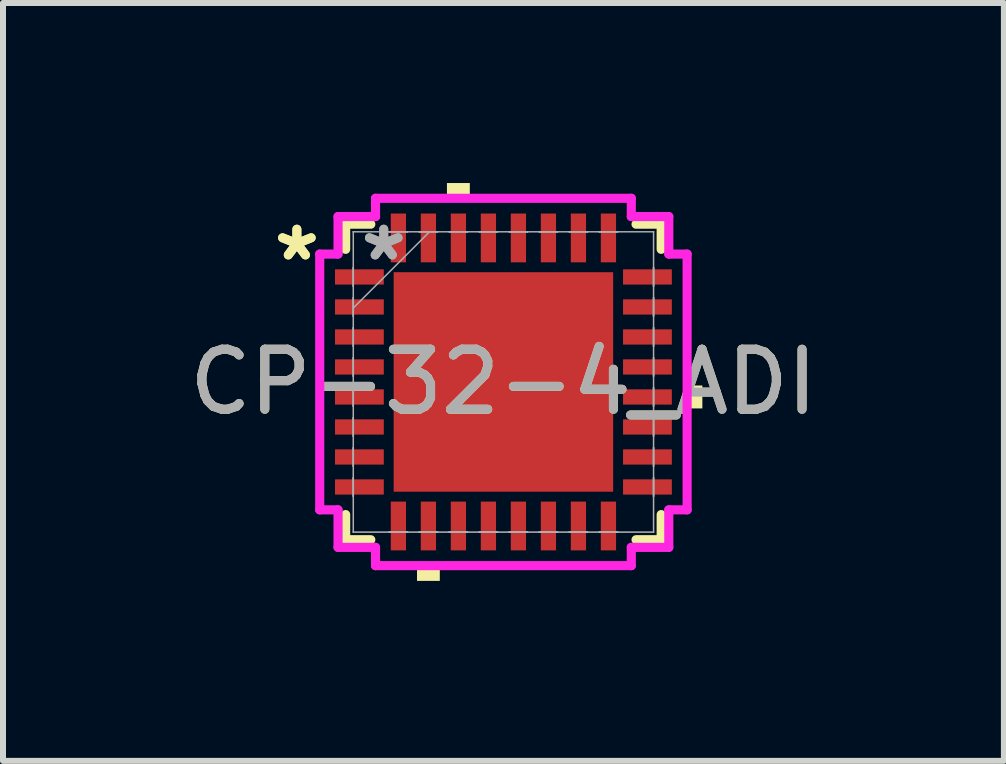
<source format=kicad_pcb>
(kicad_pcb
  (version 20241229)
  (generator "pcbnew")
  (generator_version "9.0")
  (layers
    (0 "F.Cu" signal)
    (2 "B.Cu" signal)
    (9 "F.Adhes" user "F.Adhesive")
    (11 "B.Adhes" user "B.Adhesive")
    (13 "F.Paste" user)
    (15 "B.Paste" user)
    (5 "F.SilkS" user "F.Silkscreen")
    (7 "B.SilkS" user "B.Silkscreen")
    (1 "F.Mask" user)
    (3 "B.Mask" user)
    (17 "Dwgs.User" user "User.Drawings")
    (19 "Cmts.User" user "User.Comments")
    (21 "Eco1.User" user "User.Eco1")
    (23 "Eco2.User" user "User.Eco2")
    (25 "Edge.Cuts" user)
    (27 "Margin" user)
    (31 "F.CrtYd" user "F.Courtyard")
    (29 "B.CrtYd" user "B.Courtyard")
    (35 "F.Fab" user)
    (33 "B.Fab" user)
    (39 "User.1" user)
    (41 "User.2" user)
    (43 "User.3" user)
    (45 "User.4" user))
  (footprint "CP-32-4_ADI"
    (layer "F.Cu")
    (at 5.339 3.315)
    (property "Reference" "CP-32-4_ADI" (at 0 0 0) (unlocked yes) (layer "F.SilkS") (effects (font (size 1 1) (thickness 0.15))))
    (attr smd)
    (fp_line (start -2.629 -2.629) (end -2.629 -2.21) (stroke (width 0.152) (type solid)) (layer "F.SilkS"))
    (fp_line (start -2.629 2.21) (end -2.629 2.629) (stroke (width 0.152) (type solid)) (layer "F.SilkS"))
    (fp_line (start -2.629 2.629) (end -2.21 2.629) (stroke (width 0.152) (type solid)) (layer "F.SilkS"))
    (fp_line (start -2.21 -2.629) (end -2.629 -2.629) (stroke (width 0.152) (type solid)) (layer "F.SilkS"))
    (fp_line (start 2.21 2.629) (end 2.629 2.629) (stroke (width 0.152) (type solid)) (layer "F.SilkS"))
    (fp_line (start 2.629 -2.629) (end 2.21 -2.629) (stroke (width 0.152) (type solid)) (layer "F.SilkS"))
    (fp_line (start 2.629 -2.21) (end 2.629 -2.629) (stroke (width 0.152) (type solid)) (layer "F.SilkS"))
    (fp_line (start 2.629 2.629) (end 2.629 2.21) (stroke (width 0.152) (type solid)) (layer "F.SilkS"))
    (fp_poly (pts (xy -1.44 3.061) (xy -1.44 3.315) (xy -1.06 3.315) (xy -1.06 3.061)) (stroke (width 0) (type solid)) (fill yes) (layer "F.SilkS"))
    (fp_poly (pts (xy -0.941 -3.061) (xy -0.941 -3.315) (xy -0.56 -3.315) (xy -0.56 -3.061)) (stroke (width 0) (type solid)) (fill yes) (layer "F.SilkS"))
    (fp_poly (pts (xy 3.315 0.059) (xy 3.315 0.441) (xy 3.061 0.441) (xy 3.061 0.059)) (stroke (width 0) (type solid)) (fill yes) (layer "F.SilkS"))
    (fp_poly (pts (xy -1.729 -1.729) (xy -1.729 -0.1) (xy -0.1 -0.1) (xy -0.1 -1.729)) (stroke (width 0) (type solid)) (fill yes) (layer "F.Paste"))
    (fp_poly (pts (xy -1.729 0.1) (xy -1.729 1.729) (xy -0.1 1.729) (xy -0.1 0.1)) (stroke (width 0) (type solid)) (fill yes) (layer "F.Paste"))
    (fp_poly (pts (xy 0.1 -1.729) (xy 0.1 -0.1) (xy 1.729 -0.1) (xy 1.729 -1.729)) (stroke (width 0) (type solid)) (fill yes) (layer "F.Paste"))
    (fp_poly (pts (xy 0.1 0.1) (xy 0.1 1.729) (xy 1.729 1.729) (xy 1.729 0.1)) (stroke (width 0) (type solid)) (fill yes) (layer "F.Paste"))
    (fp_line (start -3.061 -2.131) (end -2.756 -2.131) (stroke (width 0.152) (type solid)) (layer "F.CrtYd"))
    (fp_line (start -3.061 2.131) (end -3.061 -2.131) (stroke (width 0.152) (type solid)) (layer "F.CrtYd"))
    (fp_line (start -2.756 -2.756) (end -2.131 -2.756) (stroke (width 0.152) (type solid)) (layer "F.CrtYd"))
    (fp_line (start -2.756 -2.131) (end -2.756 -2.756) (stroke (width 0.152) (type solid)) (layer "F.CrtYd"))
    (fp_line (start -2.756 2.131) (end -3.061 2.131) (stroke (width 0.152) (type solid)) (layer "F.CrtYd"))
    (fp_line (start -2.756 2.756) (end -2.756 2.131) (stroke (width 0.152) (type solid)) (layer "F.CrtYd"))
    (fp_line (start -2.131 -3.061) (end 2.131 -3.061) (stroke (width 0.152) (type solid)) (layer "F.CrtYd"))
    (fp_line (start -2.131 -2.756) (end -2.131 -3.061) (stroke (width 0.152) (type solid)) (layer "F.CrtYd"))
    (fp_line (start -2.131 2.756) (end -2.756 2.756) (stroke (width 0.152) (type solid)) (layer "F.CrtYd"))
    (fp_line (start -2.131 3.061) (end -2.131 2.756) (stroke (width 0.152) (type solid)) (layer "F.CrtYd"))
    (fp_line (start 2.131 -3.061) (end 2.131 -2.756) (stroke (width 0.152) (type solid)) (layer "F.CrtYd"))
    (fp_line (start 2.131 -2.756) (end 2.756 -2.756) (stroke (width 0.152) (type solid)) (layer "F.CrtYd"))
    (fp_line (start 2.131 2.756) (end 2.131 3.061) (stroke (width 0.152) (type solid)) (layer "F.CrtYd"))
    (fp_line (start 2.131 3.061) (end -2.131 3.061) (stroke (width 0.152) (type solid)) (layer "F.CrtYd"))
    (fp_line (start 2.756 -2.756) (end 2.756 -2.131) (stroke (width 0.152) (type solid)) (layer "F.CrtYd"))
    (fp_line (start 2.756 -2.131) (end 3.061 -2.131) (stroke (width 0.152) (type solid)) (layer "F.CrtYd"))
    (fp_line (start 2.756 2.131) (end 2.756 2.756) (stroke (width 0.152) (type solid)) (layer "F.CrtYd"))
    (fp_line (start 2.756 2.756) (end 2.131 2.756) (stroke (width 0.152) (type solid)) (layer "F.CrtYd"))
    (fp_line (start 3.061 -2.131) (end 3.061 2.131) (stroke (width 0.152) (type solid)) (layer "F.CrtYd"))
    (fp_line (start 3.061 2.131) (end 2.756 2.131) (stroke (width 0.152) (type solid)) (layer "F.CrtYd"))
    (fp_line (start -2.502 -2.502) (end -2.502 -2.502) (stroke (width 0.025) (type solid)) (layer "F.Fab"))
    (fp_line (start -2.502 -2.502) (end -2.502 2.502) (stroke (width 0.025) (type solid)) (layer "F.Fab"))
    (fp_line (start -2.502 -1.902) (end -2.502 -1.902) (stroke (width 0.025) (type solid)) (layer "F.Fab"))
    (fp_line (start -2.502 -1.902) (end -2.502 -1.598) (stroke (width 0.025) (type solid)) (layer "F.Fab"))
    (fp_line (start -2.502 -1.598) (end -2.502 -1.902) (stroke (width 0.025) (type solid)) (layer "F.Fab"))
    (fp_line (start -2.502 -1.598) (end -2.502 -1.598) (stroke (width 0.025) (type solid)) (layer "F.Fab"))
    (fp_line (start -2.502 -1.402) (end -2.502 -1.402) (stroke (width 0.025) (type solid)) (layer "F.Fab"))
    (fp_line (start -2.502 -1.402) (end -2.502 -1.098) (stroke (width 0.025) (type solid)) (layer "F.Fab"))
    (fp_line (start -2.502 -1.232) (end -1.232 -2.502) (stroke (width 0.025) (type solid)) (layer "F.Fab"))
    (fp_line (start -2.502 -1.098) (end -2.502 -1.402) (stroke (width 0.025) (type solid)) (layer "F.Fab"))
    (fp_line (start -2.502 -1.098) (end -2.502 -1.098) (stroke (width 0.025) (type solid)) (layer "F.Fab"))
    (fp_line (start -2.502 -0.902) (end -2.502 -0.902) (stroke (width 0.025) (type solid)) (layer "F.Fab"))
    (fp_line (start -2.502 -0.902) (end -2.502 -0.598) (stroke (width 0.025) (type solid)) (layer "F.Fab"))
    (fp_line (start -2.502 -0.598) (end -2.502 -0.902) (stroke (width 0.025) (type solid)) (layer "F.Fab"))
    (fp_line (start -2.502 -0.598) (end -2.502 -0.598) (stroke (width 0.025) (type solid)) (layer "F.Fab"))
    (fp_line (start -2.502 -0.402) (end -2.502 -0.402) (stroke (width 0.025) (type solid)) (layer "F.Fab"))
    (fp_line (start -2.502 -0.402) (end -2.502 -0.098) (stroke (width 0.025) (type solid)) (layer "F.Fab"))
    (fp_line (start -2.502 -0.098) (end -2.502 -0.402) (stroke (width 0.025) (type solid)) (layer "F.Fab"))
    (fp_line (start -2.502 -0.098) (end -2.502 -0.098) (stroke (width 0.025) (type solid)) (layer "F.Fab"))
    (fp_line (start -2.502 0.098) (end -2.502 0.098) (stroke (width 0.025) (type solid)) (layer "F.Fab"))
    (fp_line (start -2.502 0.098) (end -2.502 0.402) (stroke (width 0.025) (type solid)) (layer "F.Fab"))
    (fp_line (start -2.502 0.402) (end -2.502 0.098) (stroke (width 0.025) (type solid)) (layer "F.Fab"))
    (fp_line (start -2.502 0.402) (end -2.502 0.402) (stroke (width 0.025) (type solid)) (layer "F.Fab"))
    (fp_line (start -2.502 0.598) (end -2.502 0.598) (stroke (width 0.025) (type solid)) (layer "F.Fab"))
    (fp_line (start -2.502 0.598) (end -2.502 0.902) (stroke (width 0.025) (type solid)) (layer "F.Fab"))
    (fp_line (start -2.502 0.902) (end -2.502 0.598) (stroke (width 0.025) (type solid)) (layer "F.Fab"))
    (fp_line (start -2.502 0.902) (end -2.502 0.902) (stroke (width 0.025) (type solid)) (layer "F.Fab"))
    (fp_line (start -2.502 1.098) (end -2.502 1.098) (stroke (width 0.025) (type solid)) (layer "F.Fab"))
    (fp_line (start -2.502 1.098) (end -2.502 1.402) (stroke (width 0.025) (type solid)) (layer "F.Fab"))
    (fp_line (start -2.502 1.402) (end -2.502 1.098) (stroke (width 0.025) (type solid)) (layer "F.Fab"))
    (fp_line (start -2.502 1.402) (end -2.502 1.402) (stroke (width 0.025) (type solid)) (layer "F.Fab"))
    (fp_line (start -2.502 1.598) (end -2.502 1.598) (stroke (width 0.025) (type solid)) (layer "F.Fab"))
    (fp_line (start -2.502 1.598) (end -2.502 1.902) (stroke (width 0.025) (type solid)) (layer "F.Fab"))
    (fp_line (start -2.502 1.902) (end -2.502 1.598) (stroke (width 0.025) (type solid)) (layer "F.Fab"))
    (fp_line (start -2.502 1.902) (end -2.502 1.902) (stroke (width 0.025) (type solid)) (layer "F.Fab"))
    (fp_line (start -2.502 2.502) (end -2.502 2.502) (stroke (width 0.025) (type solid)) (layer "F.Fab"))
    (fp_line (start -2.502 2.502) (end 2.502 2.502) (stroke (width 0.025) (type solid)) (layer "F.Fab"))
    (fp_line (start -1.902 -2.502) (end -1.902 -2.502) (stroke (width 0.025) (type solid)) (layer "F.Fab"))
    (fp_line (start -1.902 -2.502) (end -1.598 -2.502) (stroke (width 0.025) (type solid)) (layer "F.Fab"))
    (fp_line (start -1.902 2.502) (end -1.902 2.502) (stroke (width 0.025) (type solid)) (layer "F.Fab"))
    (fp_line (start -1.902 2.502) (end -1.598 2.502) (stroke (width 0.025) (type solid)) (layer "F.Fab"))
    (fp_line (start -1.598 -2.502) (end -1.902 -2.502) (stroke (width 0.025) (type solid)) (layer "F.Fab"))
    (fp_line (start -1.598 -2.502) (end -1.598 -2.502) (stroke (width 0.025) (type solid)) (layer "F.Fab"))
    (fp_line (start -1.598 2.502) (end -1.902 2.502) (stroke (width 0.025) (type solid)) (layer "F.Fab"))
    (fp_line (start -1.598 2.502) (end -1.598 2.502) (stroke (width 0.025) (type solid)) (layer "F.Fab"))
    (fp_line (start -1.402 -2.502) (end -1.402 -2.502) (stroke (width 0.025) (type solid)) (layer "F.Fab"))
    (fp_line (start -1.402 -2.502) (end -1.098 -2.502) (stroke (width 0.025) (type solid)) (layer "F.Fab"))
    (fp_line (start -1.402 2.502) (end -1.402 2.502) (stroke (width 0.025) (type solid)) (layer "F.Fab"))
    (fp_line (start -1.402 2.502) (end -1.098 2.502) (stroke (width 0.025) (type solid)) (layer "F.Fab"))
    (fp_line (start -1.098 -2.502) (end -1.402 -2.502) (stroke (width 0.025) (type solid)) (layer "F.Fab"))
    (fp_line (start -1.098 -2.502) (end -1.098 -2.502) (stroke (width 0.025) (type solid)) (layer "F.Fab"))
    (fp_line (start -1.098 2.502) (end -1.402 2.502) (stroke (width 0.025) (type solid)) (layer "F.Fab"))
    (fp_line (start -1.098 2.502) (end -1.098 2.502) (stroke (width 0.025) (type solid)) (layer "F.Fab"))
    (fp_line (start -0.902 -2.502) (end -0.902 -2.502) (stroke (width 0.025) (type solid)) (layer "F.Fab"))
    (fp_line (start -0.902 -2.502) (end -0.598 -2.502) (stroke (width 0.025) (type solid)) (layer "F.Fab"))
    (fp_line (start -0.902 2.502) (end -0.902 2.502) (stroke (width 0.025) (type solid)) (layer "F.Fab"))
    (fp_line (start -0.902 2.502) (end -0.598 2.502) (stroke (width 0.025) (type solid)) (layer "F.Fab"))
    (fp_line (start -0.598 -2.502) (end -0.902 -2.502) (stroke (width 0.025) (type solid)) (layer "F.Fab"))
    (fp_line (start -0.598 -2.502) (end -0.598 -2.502) (stroke (width 0.025) (type solid)) (layer "F.Fab"))
    (fp_line (start -0.598 2.502) (end -0.902 2.502) (stroke (width 0.025) (type solid)) (layer "F.Fab"))
    (fp_line (start -0.598 2.502) (end -0.598 2.502) (stroke (width 0.025) (type solid)) (layer "F.Fab"))
    (fp_line (start -0.402 -2.502) (end -0.402 -2.502) (stroke (width 0.025) (type solid)) (layer "F.Fab"))
    (fp_line (start -0.402 -2.502) (end -0.098 -2.502) (stroke (width 0.025) (type solid)) (layer "F.Fab"))
    (fp_line (start -0.402 2.502) (end -0.402 2.502) (stroke (width 0.025) (type solid)) (layer "F.Fab"))
    (fp_line (start -0.402 2.502) (end -0.098 2.502) (stroke (width 0.025) (type solid)) (layer "F.Fab"))
    (fp_line (start -0.098 -2.502) (end -0.402 -2.502) (stroke (width 0.025) (type solid)) (layer "F.Fab"))
    (fp_line (start -0.098 -2.502) (end -0.098 -2.502) (stroke (width 0.025) (type solid)) (layer "F.Fab"))
    (fp_line (start -0.098 2.502) (end -0.402 2.502) (stroke (width 0.025) (type solid)) (layer "F.Fab"))
    (fp_line (start -0.098 2.502) (end -0.098 2.502) (stroke (width 0.025) (type solid)) (layer "F.Fab"))
    (fp_line (start 0.098 -2.502) (end 0.098 -2.502) (stroke (width 0.025) (type solid)) (layer "F.Fab"))
    (fp_line (start 0.098 -2.502) (end 0.402 -2.502) (stroke (width 0.025) (type solid)) (layer "F.Fab"))
    (fp_line (start 0.098 2.502) (end 0.098 2.502) (stroke (width 0.025) (type solid)) (layer "F.Fab"))
    (fp_line (start 0.098 2.502) (end 0.402 2.502) (stroke (width 0.025) (type solid)) (layer "F.Fab"))
    (fp_line (start 0.402 -2.502) (end 0.098 -2.502) (stroke (width 0.025) (type solid)) (layer "F.Fab"))
    (fp_line (start 0.402 -2.502) (end 0.402 -2.502) (stroke (width 0.025) (type solid)) (layer "F.Fab"))
    (fp_line (start 0.402 2.502) (end 0.098 2.502) (stroke (width 0.025) (type solid)) (layer "F.Fab"))
    (fp_line (start 0.402 2.502) (end 0.402 2.502) (stroke (width 0.025) (type solid)) (layer "F.Fab"))
    (fp_line (start 0.598 -2.502) (end 0.598 -2.502) (stroke (width 0.025) (type solid)) (layer "F.Fab"))
    (fp_line (start 0.598 -2.502) (end 0.902 -2.502) (stroke (width 0.025) (type solid)) (layer "F.Fab"))
    (fp_line (start 0.598 2.502) (end 0.598 2.502) (stroke (width 0.025) (type solid)) (layer "F.Fab"))
    (fp_line (start 0.598 2.502) (end 0.902 2.502) (stroke (width 0.025) (type solid)) (layer "F.Fab"))
    (fp_line (start 0.902 -2.502) (end 0.598 -2.502) (stroke (width 0.025) (type solid)) (layer "F.Fab"))
    (fp_line (start 0.902 -2.502) (end 0.902 -2.502) (stroke (width 0.025) (type solid)) (layer "F.Fab"))
    (fp_line (start 0.902 2.502) (end 0.598 2.502) (stroke (width 0.025) (type solid)) (layer "F.Fab"))
    (fp_line (start 0.902 2.502) (end 0.902 2.502) (stroke (width 0.025) (type solid)) (layer "F.Fab"))
    (fp_line (start 1.098 -2.502) (end 1.098 -2.502) (stroke (width 0.025) (type solid)) (layer "F.Fab"))
    (fp_line (start 1.098 -2.502) (end 1.402 -2.502) (stroke (width 0.025) (type solid)) (layer "F.Fab"))
    (fp_line (start 1.098 2.502) (end 1.098 2.502) (stroke (width 0.025) (type solid)) (layer "F.Fab"))
    (fp_line (start 1.098 2.502) (end 1.402 2.502) (stroke (width 0.025) (type solid)) (layer "F.Fab"))
    (fp_line (start 1.402 -2.502) (end 1.098 -2.502) (stroke (width 0.025) (type solid)) (layer "F.Fab"))
    (fp_line (start 1.402 -2.502) (end 1.402 -2.502) (stroke (width 0.025) (type solid)) (layer "F.Fab"))
    (fp_line (start 1.402 2.502) (end 1.098 2.502) (stroke (width 0.025) (type solid)) (layer "F.Fab"))
    (fp_line (start 1.402 2.502) (end 1.402 2.502) (stroke (width 0.025) (type solid)) (layer "F.Fab"))
    (fp_line (start 1.598 -2.502) (end 1.598 -2.502) (stroke (width 0.025) (type solid)) (layer "F.Fab"))
    (fp_line (start 1.598 -2.502) (end 1.902 -2.502) (stroke (width 0.025) (type solid)) (layer "F.Fab"))
    (fp_line (start 1.598 2.502) (end 1.598 2.502) (stroke (width 0.025) (type solid)) (layer "F.Fab"))
    (fp_line (start 1.598 2.502) (end 1.902 2.502) (stroke (width 0.025) (type solid)) (layer "F.Fab"))
    (fp_line (start 1.902 -2.502) (end 1.598 -2.502) (stroke (width 0.025) (type solid)) (layer "F.Fab"))
    (fp_line (start 1.902 -2.502) (end 1.902 -2.502) (stroke (width 0.025) (type solid)) (layer "F.Fab"))
    (fp_line (start 1.902 2.502) (end 1.598 2.502) (stroke (width 0.025) (type solid)) (layer "F.Fab"))
    (fp_line (start 1.902 2.502) (end 1.902 2.502) (stroke (width 0.025) (type solid)) (layer "F.Fab"))
    (fp_line (start 2.502 -2.502) (end -2.502 -2.502) (stroke (width 0.025) (type solid)) (layer "F.Fab"))
    (fp_line (start 2.502 -2.502) (end 2.502 -2.502) (stroke (width 0.025) (type solid)) (layer "F.Fab"))
    (fp_line (start 2.502 -1.902) (end 2.502 -1.902) (stroke (width 0.025) (type solid)) (layer "F.Fab"))
    (fp_line (start 2.502 -1.902) (end 2.502 -1.598) (stroke (width 0.025) (type solid)) (layer "F.Fab"))
    (fp_line (start 2.502 -1.598) (end 2.502 -1.902) (stroke (width 0.025) (type solid)) (layer "F.Fab"))
    (fp_line (start 2.502 -1.598) (end 2.502 -1.598) (stroke (width 0.025) (type solid)) (layer "F.Fab"))
    (fp_line (start 2.502 -1.402) (end 2.502 -1.402) (stroke (width 0.025) (type solid)) (layer "F.Fab"))
    (fp_line (start 2.502 -1.402) (end 2.502 -1.098) (stroke (width 0.025) (type solid)) (layer "F.Fab"))
    (fp_line (start 2.502 -1.098) (end 2.502 -1.402) (stroke (width 0.025) (type solid)) (layer "F.Fab"))
    (fp_line (start 2.502 -1.098) (end 2.502 -1.098) (stroke (width 0.025) (type solid)) (layer "F.Fab"))
    (fp_line (start 2.502 -0.902) (end 2.502 -0.902) (stroke (width 0.025) (type solid)) (layer "F.Fab"))
    (fp_line (start 2.502 -0.902) (end 2.502 -0.598) (stroke (width 0.025) (type solid)) (layer "F.Fab"))
    (fp_line (start 2.502 -0.598) (end 2.502 -0.902) (stroke (width 0.025) (type solid)) (layer "F.Fab"))
    (fp_line (start 2.502 -0.598) (end 2.502 -0.598) (stroke (width 0.025) (type solid)) (layer "F.Fab"))
    (fp_line (start 2.502 -0.402) (end 2.502 -0.402) (stroke (width 0.025) (type solid)) (layer "F.Fab"))
    (fp_line (start 2.502 -0.402) (end 2.502 -0.098) (stroke (width 0.025) (type solid)) (layer "F.Fab"))
    (fp_line (start 2.502 -0.098) (end 2.502 -0.402) (stroke (width 0.025) (type solid)) (layer "F.Fab"))
    (fp_line (start 2.502 -0.098) (end 2.502 -0.098) (stroke (width 0.025) (type solid)) (layer "F.Fab"))
    (fp_line (start 2.502 0.098) (end 2.502 0.098) (stroke (width 0.025) (type solid)) (layer "F.Fab"))
    (fp_line (start 2.502 0.098) (end 2.502 0.402) (stroke (width 0.025) (type solid)) (layer "F.Fab"))
    (fp_line (start 2.502 0.402) (end 2.502 0.098) (stroke (width 0.025) (type solid)) (layer "F.Fab"))
    (fp_line (start 2.502 0.402) (end 2.502 0.402) (stroke (width 0.025) (type solid)) (layer "F.Fab"))
    (fp_line (start 2.502 0.598) (end 2.502 0.598) (stroke (width 0.025) (type solid)) (layer "F.Fab"))
    (fp_line (start 2.502 0.598) (end 2.502 0.902) (stroke (width 0.025) (type solid)) (layer "F.Fab"))
    (fp_line (start 2.502 0.902) (end 2.502 0.598) (stroke (width 0.025) (type solid)) (layer "F.Fab"))
    (fp_line (start 2.502 0.902) (end 2.502 0.902) (stroke (width 0.025) (type solid)) (layer "F.Fab"))
    (fp_line (start 2.502 1.098) (end 2.502 1.098) (stroke (width 0.025) (type solid)) (layer "F.Fab"))
    (fp_line (start 2.502 1.098) (end 2.502 1.402) (stroke (width 0.025) (type solid)) (layer "F.Fab"))
    (fp_line (start 2.502 1.402) (end 2.502 1.098) (stroke (width 0.025) (type solid)) (layer "F.Fab"))
    (fp_line (start 2.502 1.402) (end 2.502 1.402) (stroke (width 0.025) (type solid)) (layer "F.Fab"))
    (fp_line (start 2.502 1.598) (end 2.502 1.598) (stroke (width 0.025) (type solid)) (layer "F.Fab"))
    (fp_line (start 2.502 1.598) (end 2.502 1.902) (stroke (width 0.025) (type solid)) (layer "F.Fab"))
    (fp_line (start 2.502 1.902) (end 2.502 1.598) (stroke (width 0.025) (type solid)) (layer "F.Fab"))
    (fp_line (start 2.502 1.902) (end 2.502 1.902) (stroke (width 0.025) (type solid)) (layer "F.Fab"))
    (fp_line (start 2.502 2.502) (end 2.502 -2.502) (stroke (width 0.025) (type solid)) (layer "F.Fab"))
    (fp_line (start 2.502 2.502) (end 2.502 2.502) (stroke (width 0.025) (type solid)) (layer "F.Fab"))
    (fp_text user "*" (at -3.442 -2 0) (layer "F.SilkS") (effects (font (size 1 1) (thickness 0.15))))
    (fp_text user "*" (at -3.442 -2 0) (unlocked yes) (layer "F.SilkS") (effects (font (size 1 1) (thickness 0.15))))
    (fp_text user "*" (at -1.994 -2 0) (layer "F.Fab") (effects (font (size 1 1) (thickness 0.15))))
    (fp_text user "*" (at -1.994 -2 0) (unlocked yes) (layer "F.Fab") (effects (font (size 1 1) (thickness 0.15))))
    (fp_text user "${REFERENCE}" (at 0 0 0) (unlocked yes) (layer "F.Fab") (effects (font (size 1 1) (thickness 0.15))))
    (pad "1" smd rect (at -2.4 -1.75 90) (size 0.254 0.813) (layers "F.Cu" "F.Mask" "F.Paste"))
    (pad "2" smd rect (at -2.4 -1.25 90) (size 0.254 0.813) (layers "F.Cu" "F.Mask" "F.Paste"))
    (pad "3" smd rect (at -2.4 -0.75 90) (size 0.254 0.813) (layers "F.Cu" "F.Mask" "F.Paste"))
    (pad "4" smd rect (at -2.4 -0.25 90) (size 0.254 0.813) (layers "F.Cu" "F.Mask" "F.Paste"))
    (pad "5" smd rect (at -2.4 0.25 90) (size 0.254 0.813) (layers "F.Cu" "F.Mask" "F.Paste"))
    (pad "6" smd rect (at -2.4 0.75 90) (size 0.254 0.813) (layers "F.Cu" "F.Mask" "F.Paste"))
    (pad "7" smd rect (at -2.4 1.25 90) (size 0.254 0.813) (layers "F.Cu" "F.Mask" "F.Paste"))
    (pad "8" smd rect (at -2.4 1.75 90) (size 0.254 0.813) (layers "F.Cu" "F.Mask" "F.Paste"))
    (pad "9" smd rect (at -1.75 2.4) (size 0.254 0.813) (layers "F.Cu" "F.Mask" "F.Paste"))
    (pad "10" smd rect (at -1.25 2.4) (size 0.254 0.813) (layers "F.Cu" "F.Mask" "F.Paste"))
    (pad "11" smd rect (at -0.75 2.4) (size 0.254 0.813) (layers "F.Cu" "F.Mask" "F.Paste"))
    (pad "12" smd rect (at -0.25 2.4) (size 0.254 0.813) (layers "F.Cu" "F.Mask" "F.Paste"))
    (pad "13" smd rect (at 0.25 2.4) (size 0.254 0.813) (layers "F.Cu" "F.Mask" "F.Paste"))
    (pad "14" smd rect (at 0.75 2.4) (size 0.254 0.813) (layers "F.Cu" "F.Mask" "F.Paste"))
    (pad "15" smd rect (at 1.25 2.4) (size 0.254 0.813) (layers "F.Cu" "F.Mask" "F.Paste"))
    (pad "16" smd rect (at 1.75 2.4) (size 0.254 0.813) (layers "F.Cu" "F.Mask" "F.Paste"))
    (pad "17" smd rect (at 2.4 1.75 90) (size 0.254 0.813) (layers "F.Cu" "F.Mask" "F.Paste"))
    (pad "18" smd rect (at 2.4 1.25 90) (size 0.254 0.813) (layers "F.Cu" "F.Mask" "F.Paste"))
    (pad "19" smd rect (at 2.4 0.75 90) (size 0.254 0.813) (layers "F.Cu" "F.Mask" "F.Paste"))
    (pad "20" smd rect (at 2.4 0.25 90) (size 0.254 0.813) (layers "F.Cu" "F.Mask" "F.Paste"))
    (pad "21" smd rect (at 2.4 -0.25 90) (size 0.254 0.813) (layers "F.Cu" "F.Mask" "F.Paste"))
    (pad "22" smd rect (at 2.4 -0.75 90) (size 0.254 0.813) (layers "F.Cu" "F.Mask" "F.Paste"))
    (pad "23" smd rect (at 2.4 -1.25 90) (size 0.254 0.813) (layers "F.Cu" "F.Mask" "F.Paste"))
    (pad "24" smd rect (at 2.4 -1.75 90) (size 0.254 0.813) (layers "F.Cu" "F.Mask" "F.Paste"))
    (pad "25" smd rect (at 1.75 -2.4) (size 0.254 0.813) (layers "F.Cu" "F.Mask" "F.Paste"))
    (pad "26" smd rect (at 1.25 -2.4) (size 0.254 0.813) (layers "F.Cu" "F.Mask" "F.Paste"))
    (pad "27" smd rect (at 0.75 -2.4) (size 0.254 0.813) (layers "F.Cu" "F.Mask" "F.Paste"))
    (pad "28" smd rect (at 0.25 -2.4) (size 0.254 0.813) (layers "F.Cu" "F.Mask" "F.Paste"))
    (pad "29" smd rect (at -0.25 -2.4) (size 0.254 0.813) (layers "F.Cu" "F.Mask" "F.Paste"))
    (pad "30" smd rect (at -0.75 -2.4) (size 0.254 0.813) (layers "F.Cu" "F.Mask" "F.Paste"))
    (pad "31" smd rect (at -1.25 -2.4) (size 0.254 0.813) (layers "F.Cu" "F.Mask" "F.Paste"))
    (pad "32" smd rect (at -1.75 -2.4) (size 0.254 0.813) (layers "F.Cu" "F.Mask" "F.Paste"))
    (pad "33" smd rect (at 0 0) (size 3.658 3.658) (layers "F.Cu" "F.Mask" "F.Paste")))
  (gr_rect
    (start -3 -3)
    (end 13.679 9.629)
    (stroke (width 0.1) (type default))
    (fill no)
    (layer "Edge.Cuts")))
</source>
